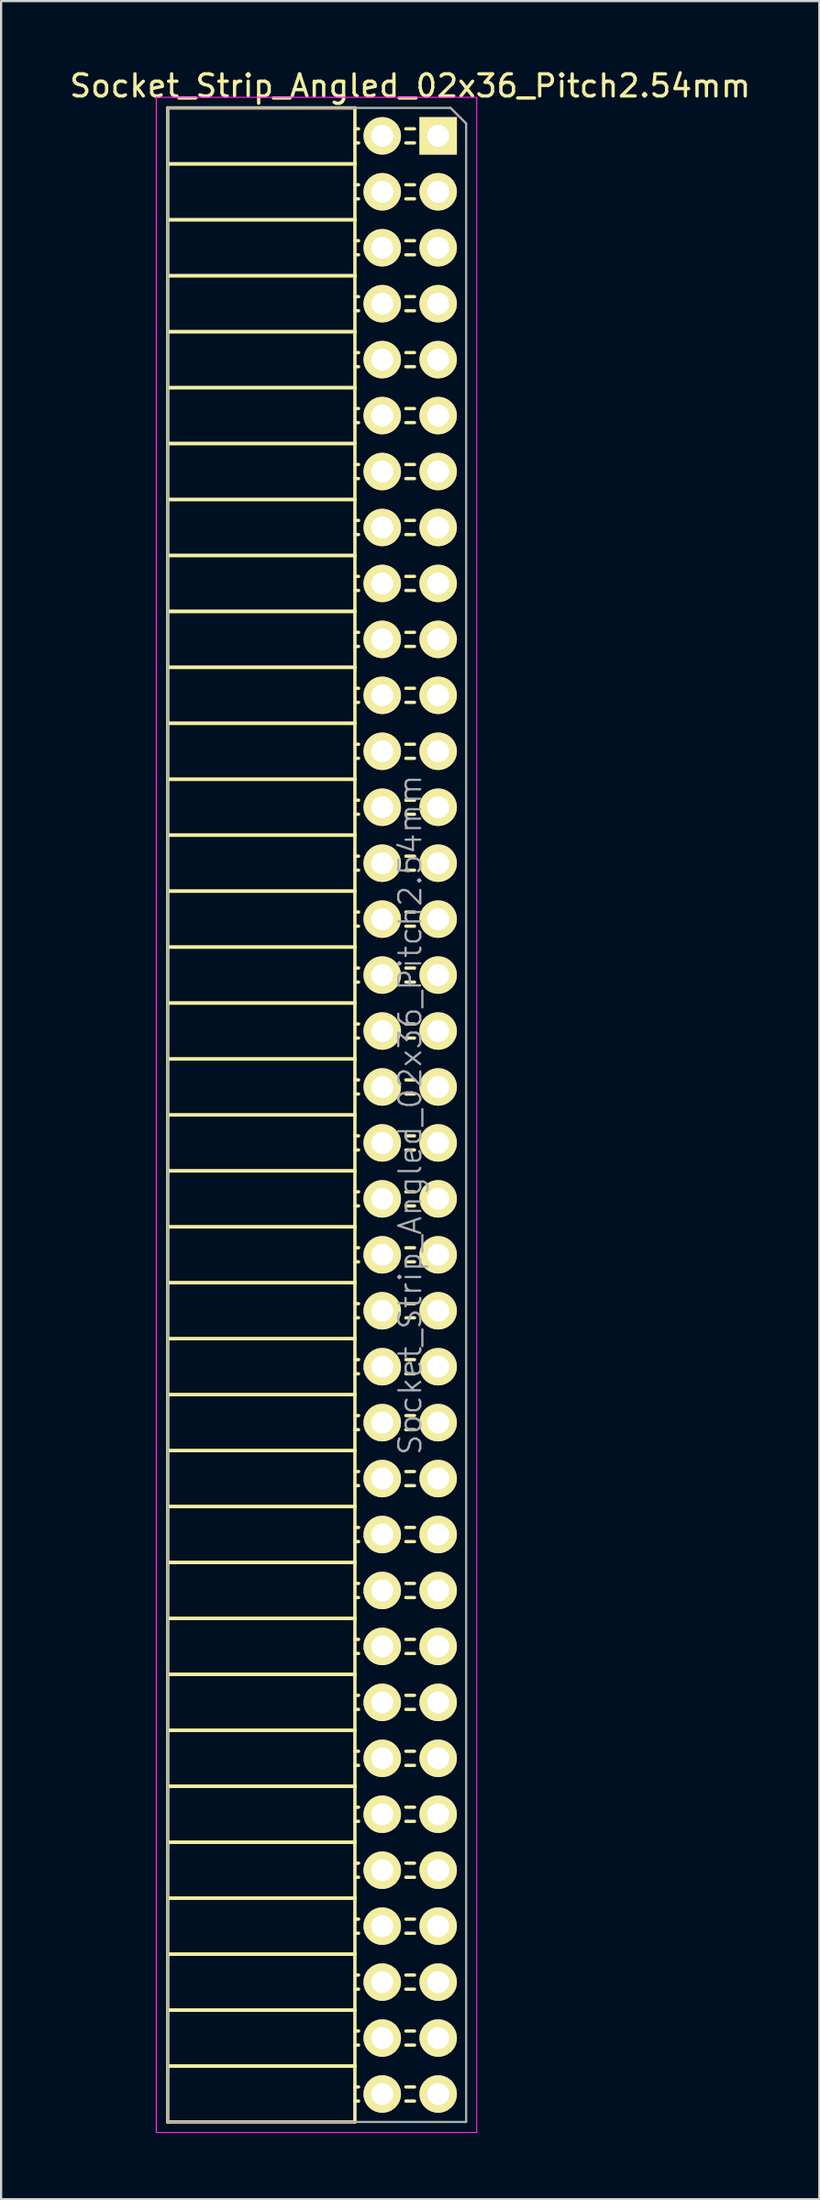
<source format=kicad_pcb>
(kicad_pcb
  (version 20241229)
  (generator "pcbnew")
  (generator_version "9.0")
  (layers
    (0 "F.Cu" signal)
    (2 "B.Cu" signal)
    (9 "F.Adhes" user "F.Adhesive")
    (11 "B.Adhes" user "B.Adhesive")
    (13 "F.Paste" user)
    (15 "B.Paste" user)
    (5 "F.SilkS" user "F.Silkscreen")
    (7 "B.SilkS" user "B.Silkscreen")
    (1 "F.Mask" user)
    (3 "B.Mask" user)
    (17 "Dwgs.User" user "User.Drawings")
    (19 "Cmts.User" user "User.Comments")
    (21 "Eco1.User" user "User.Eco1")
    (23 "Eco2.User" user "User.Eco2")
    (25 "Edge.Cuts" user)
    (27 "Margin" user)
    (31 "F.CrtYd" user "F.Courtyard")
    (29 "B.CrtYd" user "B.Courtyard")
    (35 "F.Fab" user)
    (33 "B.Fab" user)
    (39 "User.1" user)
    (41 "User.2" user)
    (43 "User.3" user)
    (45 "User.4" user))
  (footprint "Socket_Strip_Angled_02x36_Pitch2.54mm"
    (layer "F.Cu")
    (at 16.847 3.118)
    (property "Reference" "Socket_Strip_Angled_02x36_Pitch2.54mm" (at -1.27 -2.27 0) (layer "F.SilkS") (effects (font (size 1 1) (thickness 0.15))))
    (attr smd)
    (fp_line (start -12.28 -1.27) (end -12.28 1.27) (stroke (width 0.15) (type solid)) (layer "F.SilkS"))
    (fp_line (start -12.28 -1.27) (end -3.78 -1.27) (stroke (width 0.15) (type solid)) (layer "F.SilkS"))
    (fp_line (start -12.28 1.27) (end -12.28 3.81) (stroke (width 0.15) (type solid)) (layer "F.SilkS"))
    (fp_line (start -12.28 1.27) (end -3.78 1.27) (stroke (width 0.15) (type solid)) (layer "F.SilkS"))
    (fp_line (start -12.28 1.27) (end -3.78 1.27) (stroke (width 0.15) (type solid)) (layer "F.SilkS"))
    (fp_line (start -12.28 3.81) (end -12.28 6.35) (stroke (width 0.15) (type solid)) (layer "F.SilkS"))
    (fp_line (start -12.28 3.81) (end -3.78 3.81) (stroke (width 0.15) (type solid)) (layer "F.SilkS"))
    (fp_line (start -12.28 3.81) (end -3.78 3.81) (stroke (width 0.15) (type solid)) (layer "F.SilkS"))
    (fp_line (start -12.28 6.35) (end -12.28 8.89) (stroke (width 0.15) (type solid)) (layer "F.SilkS"))
    (fp_line (start -12.28 6.35) (end -3.78 6.35) (stroke (width 0.15) (type solid)) (layer "F.SilkS"))
    (fp_line (start -12.28 6.35) (end -3.78 6.35) (stroke (width 0.15) (type solid)) (layer "F.SilkS"))
    (fp_line (start -12.28 8.89) (end -12.28 11.43) (stroke (width 0.15) (type solid)) (layer "F.SilkS"))
    (fp_line (start -12.28 8.89) (end -3.78 8.89) (stroke (width 0.15) (type solid)) (layer "F.SilkS"))
    (fp_line (start -12.28 8.89) (end -3.78 8.89) (stroke (width 0.15) (type solid)) (layer "F.SilkS"))
    (fp_line (start -12.28 11.43) (end -12.28 13.97) (stroke (width 0.15) (type solid)) (layer "F.SilkS"))
    (fp_line (start -12.28 11.43) (end -3.78 11.43) (stroke (width 0.15) (type solid)) (layer "F.SilkS"))
    (fp_line (start -12.28 11.43) (end -3.78 11.43) (stroke (width 0.15) (type solid)) (layer "F.SilkS"))
    (fp_line (start -12.28 13.97) (end -12.28 16.51) (stroke (width 0.15) (type solid)) (layer "F.SilkS"))
    (fp_line (start -12.28 13.97) (end -3.78 13.97) (stroke (width 0.15) (type solid)) (layer "F.SilkS"))
    (fp_line (start -12.28 13.97) (end -3.78 13.97) (stroke (width 0.15) (type solid)) (layer "F.SilkS"))
    (fp_line (start -12.28 16.51) (end -12.28 19.05) (stroke (width 0.15) (type solid)) (layer "F.SilkS"))
    (fp_line (start -12.28 16.51) (end -3.78 16.51) (stroke (width 0.15) (type solid)) (layer "F.SilkS"))
    (fp_line (start -12.28 16.51) (end -3.78 16.51) (stroke (width 0.15) (type solid)) (layer "F.SilkS"))
    (fp_line (start -12.28 19.05) (end -12.28 21.59) (stroke (width 0.15) (type solid)) (layer "F.SilkS"))
    (fp_line (start -12.28 19.05) (end -3.78 19.05) (stroke (width 0.15) (type solid)) (layer "F.SilkS"))
    (fp_line (start -12.28 19.05) (end -3.78 19.05) (stroke (width 0.15) (type solid)) (layer "F.SilkS"))
    (fp_line (start -12.28 21.59) (end -12.28 24.13) (stroke (width 0.15) (type solid)) (layer "F.SilkS"))
    (fp_line (start -12.28 21.59) (end -3.78 21.59) (stroke (width 0.15) (type solid)) (layer "F.SilkS"))
    (fp_line (start -12.28 21.59) (end -3.78 21.59) (stroke (width 0.15) (type solid)) (layer "F.SilkS"))
    (fp_line (start -12.28 24.13) (end -12.28 26.67) (stroke (width 0.15) (type solid)) (layer "F.SilkS"))
    (fp_line (start -12.28 24.13) (end -3.78 24.13) (stroke (width 0.15) (type solid)) (layer "F.SilkS"))
    (fp_line (start -12.28 24.13) (end -3.78 24.13) (stroke (width 0.15) (type solid)) (layer "F.SilkS"))
    (fp_line (start -12.28 26.67) (end -12.28 29.21) (stroke (width 0.15) (type solid)) (layer "F.SilkS"))
    (fp_line (start -12.28 26.67) (end -3.78 26.67) (stroke (width 0.15) (type solid)) (layer "F.SilkS"))
    (fp_line (start -12.28 26.67) (end -3.78 26.67) (stroke (width 0.15) (type solid)) (layer "F.SilkS"))
    (fp_line (start -12.28 29.21) (end -12.28 31.75) (stroke (width 0.15) (type solid)) (layer "F.SilkS"))
    (fp_line (start -12.28 29.21) (end -3.78 29.21) (stroke (width 0.15) (type solid)) (layer "F.SilkS"))
    (fp_line (start -12.28 29.21) (end -3.78 29.21) (stroke (width 0.15) (type solid)) (layer "F.SilkS"))
    (fp_line (start -12.28 31.75) (end -12.28 34.29) (stroke (width 0.15) (type solid)) (layer "F.SilkS"))
    (fp_line (start -12.28 31.75) (end -3.78 31.75) (stroke (width 0.15) (type solid)) (layer "F.SilkS"))
    (fp_line (start -12.28 31.75) (end -3.78 31.75) (stroke (width 0.15) (type solid)) (layer "F.SilkS"))
    (fp_line (start -12.28 34.29) (end -12.28 36.83) (stroke (width 0.15) (type solid)) (layer "F.SilkS"))
    (fp_line (start -12.28 34.29) (end -3.78 34.29) (stroke (width 0.15) (type solid)) (layer "F.SilkS"))
    (fp_line (start -12.28 34.29) (end -3.78 34.29) (stroke (width 0.15) (type solid)) (layer "F.SilkS"))
    (fp_line (start -12.28 36.83) (end -12.28 39.37) (stroke (width 0.15) (type solid)) (layer "F.SilkS"))
    (fp_line (start -12.28 36.83) (end -3.78 36.83) (stroke (width 0.15) (type solid)) (layer "F.SilkS"))
    (fp_line (start -12.28 36.83) (end -3.78 36.83) (stroke (width 0.15) (type solid)) (layer "F.SilkS"))
    (fp_line (start -12.28 39.37) (end -12.28 41.91) (stroke (width 0.15) (type solid)) (layer "F.SilkS"))
    (fp_line (start -12.28 39.37) (end -3.78 39.37) (stroke (width 0.15) (type solid)) (layer "F.SilkS"))
    (fp_line (start -12.28 39.37) (end -3.78 39.37) (stroke (width 0.15) (type solid)) (layer "F.SilkS"))
    (fp_line (start -12.28 41.91) (end -12.28 44.45) (stroke (width 0.15) (type solid)) (layer "F.SilkS"))
    (fp_line (start -12.28 41.91) (end -3.78 41.91) (stroke (width 0.15) (type solid)) (layer "F.SilkS"))
    (fp_line (start -12.28 41.91) (end -3.78 41.91) (stroke (width 0.15) (type solid)) (layer "F.SilkS"))
    (fp_line (start -12.28 44.45) (end -12.28 46.99) (stroke (width 0.15) (type solid)) (layer "F.SilkS"))
    (fp_line (start -12.28 44.45) (end -3.78 44.45) (stroke (width 0.15) (type solid)) (layer "F.SilkS"))
    (fp_line (start -12.28 44.45) (end -3.78 44.45) (stroke (width 0.15) (type solid)) (layer "F.SilkS"))
    (fp_line (start -12.28 46.99) (end -12.28 49.53) (stroke (width 0.15) (type solid)) (layer "F.SilkS"))
    (fp_line (start -12.28 46.99) (end -3.78 46.99) (stroke (width 0.15) (type solid)) (layer "F.SilkS"))
    (fp_line (start -12.28 46.99) (end -3.78 46.99) (stroke (width 0.15) (type solid)) (layer "F.SilkS"))
    (fp_line (start -12.28 49.53) (end -12.28 52.07) (stroke (width 0.15) (type solid)) (layer "F.SilkS"))
    (fp_line (start -12.28 49.53) (end -3.78 49.53) (stroke (width 0.15) (type solid)) (layer "F.SilkS"))
    (fp_line (start -12.28 49.53) (end -3.78 49.53) (stroke (width 0.15) (type solid)) (layer "F.SilkS"))
    (fp_line (start -12.28 52.07) (end -12.28 54.61) (stroke (width 0.15) (type solid)) (layer "F.SilkS"))
    (fp_line (start -12.28 52.07) (end -3.78 52.07) (stroke (width 0.15) (type solid)) (layer "F.SilkS"))
    (fp_line (start -12.28 52.07) (end -3.78 52.07) (stroke (width 0.15) (type solid)) (layer "F.SilkS"))
    (fp_line (start -12.28 54.61) (end -12.28 57.15) (stroke (width 0.15) (type solid)) (layer "F.SilkS"))
    (fp_line (start -12.28 54.61) (end -3.78 54.61) (stroke (width 0.15) (type solid)) (layer "F.SilkS"))
    (fp_line (start -12.28 54.61) (end -3.78 54.61) (stroke (width 0.15) (type solid)) (layer "F.SilkS"))
    (fp_line (start -12.28 57.15) (end -12.28 59.69) (stroke (width 0.15) (type solid)) (layer "F.SilkS"))
    (fp_line (start -12.28 57.15) (end -3.78 57.15) (stroke (width 0.15) (type solid)) (layer "F.SilkS"))
    (fp_line (start -12.28 57.15) (end -3.78 57.15) (stroke (width 0.15) (type solid)) (layer "F.SilkS"))
    (fp_line (start -12.28 59.69) (end -12.28 62.23) (stroke (width 0.15) (type solid)) (layer "F.SilkS"))
    (fp_line (start -12.28 59.69) (end -3.78 59.69) (stroke (width 0.15) (type solid)) (layer "F.SilkS"))
    (fp_line (start -12.28 59.69) (end -3.78 59.69) (stroke (width 0.15) (type solid)) (layer "F.SilkS"))
    (fp_line (start -12.28 62.23) (end -12.28 64.77) (stroke (width 0.15) (type solid)) (layer "F.SilkS"))
    (fp_line (start -12.28 62.23) (end -3.78 62.23) (stroke (width 0.15) (type solid)) (layer "F.SilkS"))
    (fp_line (start -12.28 62.23) (end -3.78 62.23) (stroke (width 0.15) (type solid)) (layer "F.SilkS"))
    (fp_line (start -12.28 64.77) (end -12.28 67.31) (stroke (width 0.15) (type solid)) (layer "F.SilkS"))
    (fp_line (start -12.28 64.77) (end -3.78 64.77) (stroke (width 0.15) (type solid)) (layer "F.SilkS"))
    (fp_line (start -12.28 64.77) (end -3.78 64.77) (stroke (width 0.15) (type solid)) (layer "F.SilkS"))
    (fp_line (start -12.28 67.31) (end -12.28 69.85) (stroke (width 0.15) (type solid)) (layer "F.SilkS"))
    (fp_line (start -12.28 67.31) (end -3.78 67.31) (stroke (width 0.15) (type solid)) (layer "F.SilkS"))
    (fp_line (start -12.28 67.31) (end -3.78 67.31) (stroke (width 0.15) (type solid)) (layer "F.SilkS"))
    (fp_line (start -12.28 69.85) (end -12.28 72.39) (stroke (width 0.15) (type solid)) (layer "F.SilkS"))
    (fp_line (start -12.28 69.85) (end -3.78 69.85) (stroke (width 0.15) (type solid)) (layer "F.SilkS"))
    (fp_line (start -12.28 69.85) (end -3.78 69.85) (stroke (width 0.15) (type solid)) (layer "F.SilkS"))
    (fp_line (start -12.28 72.39) (end -12.28 74.93) (stroke (width 0.15) (type solid)) (layer "F.SilkS"))
    (fp_line (start -12.28 72.39) (end -3.78 72.39) (stroke (width 0.15) (type solid)) (layer "F.SilkS"))
    (fp_line (start -12.28 72.39) (end -3.78 72.39) (stroke (width 0.15) (type solid)) (layer "F.SilkS"))
    (fp_line (start -12.28 74.93) (end -12.28 77.47) (stroke (width 0.15) (type solid)) (layer "F.SilkS"))
    (fp_line (start -12.28 74.93) (end -3.78 74.93) (stroke (width 0.15) (type solid)) (layer "F.SilkS"))
    (fp_line (start -12.28 74.93) (end -3.78 74.93) (stroke (width 0.15) (type solid)) (layer "F.SilkS"))
    (fp_line (start -12.28 77.47) (end -12.28 80.01) (stroke (width 0.15) (type solid)) (layer "F.SilkS"))
    (fp_line (start -12.28 77.47) (end -3.78 77.47) (stroke (width 0.15) (type solid)) (layer "F.SilkS"))
    (fp_line (start -12.28 77.47) (end -3.78 77.47) (stroke (width 0.15) (type solid)) (layer "F.SilkS"))
    (fp_line (start -12.28 80.01) (end -12.28 82.55) (stroke (width 0.15) (type solid)) (layer "F.SilkS"))
    (fp_line (start -12.28 80.01) (end -3.78 80.01) (stroke (width 0.15) (type solid)) (layer "F.SilkS"))
    (fp_line (start -12.28 80.01) (end -3.78 80.01) (stroke (width 0.15) (type solid)) (layer "F.SilkS"))
    (fp_line (start -12.28 82.55) (end -12.28 85.09) (stroke (width 0.15) (type solid)) (layer "F.SilkS"))
    (fp_line (start -12.28 82.55) (end -3.78 82.55) (stroke (width 0.15) (type solid)) (layer "F.SilkS"))
    (fp_line (start -12.28 82.55) (end -3.78 82.55) (stroke (width 0.15) (type solid)) (layer "F.SilkS"))
    (fp_line (start -12.28 85.09) (end -12.28 87.63) (stroke (width 0.15) (type solid)) (layer "F.SilkS"))
    (fp_line (start -12.28 85.09) (end -3.78 85.09) (stroke (width 0.15) (type solid)) (layer "F.SilkS"))
    (fp_line (start -12.28 85.09) (end -3.78 85.09) (stroke (width 0.15) (type solid)) (layer "F.SilkS"))
    (fp_line (start -12.28 87.63) (end -12.28 90.17) (stroke (width 0.15) (type solid)) (layer "F.SilkS"))
    (fp_line (start -12.28 87.63) (end -3.78 87.63) (stroke (width 0.15) (type solid)) (layer "F.SilkS"))
    (fp_line (start -12.28 87.63) (end -3.78 87.63) (stroke (width 0.15) (type solid)) (layer "F.SilkS"))
    (fp_line (start -12.28 90.17) (end -3.78 90.17) (stroke (width 0.15) (type solid)) (layer "F.SilkS"))
    (fp_line (start -3.78 -1.27) (end -3.78 1.27) (stroke (width 0.15) (type solid)) (layer "F.SilkS"))
    (fp_line (start -3.78 -0.32) (end -3.615 -0.32) (stroke (width 0.15) (type solid)) (layer "F.SilkS"))
    (fp_line (start -3.78 0.32) (end -3.615 0.32) (stroke (width 0.15) (type solid)) (layer "F.SilkS"))
    (fp_line (start -3.78 1.27) (end -3.78 3.81) (stroke (width 0.15) (type solid)) (layer "F.SilkS"))
    (fp_line (start -3.78 2.22) (end -3.615 2.22) (stroke (width 0.15) (type solid)) (layer "F.SilkS"))
    (fp_line (start -3.78 2.86) (end -3.615 2.86) (stroke (width 0.15) (type solid)) (layer "F.SilkS"))
    (fp_line (start -3.78 3.81) (end -3.78 6.35) (stroke (width 0.15) (type solid)) (layer "F.SilkS"))
    (fp_line (start -3.78 4.76) (end -3.615 4.76) (stroke (width 0.15) (type solid)) (layer "F.SilkS"))
    (fp_line (start -3.78 5.4) (end -3.615 5.4) (stroke (width 0.15) (type solid)) (layer "F.SilkS"))
    (fp_line (start -3.78 6.35) (end -3.78 8.89) (stroke (width 0.15) (type solid)) (layer "F.SilkS"))
    (fp_line (start -3.78 7.3) (end -3.615 7.3) (stroke (width 0.15) (type solid)) (layer "F.SilkS"))
    (fp_line (start -3.78 7.94) (end -3.615 7.94) (stroke (width 0.15) (type solid)) (layer "F.SilkS"))
    (fp_line (start -3.78 8.89) (end -3.78 11.43) (stroke (width 0.15) (type solid)) (layer "F.SilkS"))
    (fp_line (start -3.78 9.84) (end -3.615 9.84) (stroke (width 0.15) (type solid)) (layer "F.SilkS"))
    (fp_line (start -3.78 10.48) (end -3.615 10.48) (stroke (width 0.15) (type solid)) (layer "F.SilkS"))
    (fp_line (start -3.78 11.43) (end -3.78 13.97) (stroke (width 0.15) (type solid)) (layer "F.SilkS"))
    (fp_line (start -3.78 12.38) (end -3.615 12.38) (stroke (width 0.15) (type solid)) (layer "F.SilkS"))
    (fp_line (start -3.78 13.02) (end -3.615 13.02) (stroke (width 0.15) (type solid)) (layer "F.SilkS"))
    (fp_line (start -3.78 13.97) (end -3.78 16.51) (stroke (width 0.15) (type solid)) (layer "F.SilkS"))
    (fp_line (start -3.78 14.92) (end -3.615 14.92) (stroke (width 0.15) (type solid)) (layer "F.SilkS"))
    (fp_line (start -3.78 15.56) (end -3.615 15.56) (stroke (width 0.15) (type solid)) (layer "F.SilkS"))
    (fp_line (start -3.78 16.51) (end -3.78 19.05) (stroke (width 0.15) (type solid)) (layer "F.SilkS"))
    (fp_line (start -3.78 17.46) (end -3.615 17.46) (stroke (width 0.15) (type solid)) (layer "F.SilkS"))
    (fp_line (start -3.78 18.1) (end -3.615 18.1) (stroke (width 0.15) (type solid)) (layer "F.SilkS"))
    (fp_line (start -3.78 19.05) (end -3.78 21.59) (stroke (width 0.15) (type solid)) (layer "F.SilkS"))
    (fp_line (start -3.78 20) (end -3.615 20) (stroke (width 0.15) (type solid)) (layer "F.SilkS"))
    (fp_line (start -3.78 20.64) (end -3.615 20.64) (stroke (width 0.15) (type solid)) (layer "F.SilkS"))
    (fp_line (start -3.78 21.59) (end -3.78 24.13) (stroke (width 0.15) (type solid)) (layer "F.SilkS"))
    (fp_line (start -3.78 22.54) (end -3.615 22.54) (stroke (width 0.15) (type solid)) (layer "F.SilkS"))
    (fp_line (start -3.78 23.18) (end -3.615 23.18) (stroke (width 0.15) (type solid)) (layer "F.SilkS"))
    (fp_line (start -3.78 24.13) (end -3.78 26.67) (stroke (width 0.15) (type solid)) (layer "F.SilkS"))
    (fp_line (start -3.78 25.08) (end -3.615 25.08) (stroke (width 0.15) (type solid)) (layer "F.SilkS"))
    (fp_line (start -3.78 25.72) (end -3.615 25.72) (stroke (width 0.15) (type solid)) (layer "F.SilkS"))
    (fp_line (start -3.78 26.67) (end -3.78 29.21) (stroke (width 0.15) (type solid)) (layer "F.SilkS"))
    (fp_line (start -3.78 27.62) (end -3.615 27.62) (stroke (width 0.15) (type solid)) (layer "F.SilkS"))
    (fp_line (start -3.78 28.26) (end -3.615 28.26) (stroke (width 0.15) (type solid)) (layer "F.SilkS"))
    (fp_line (start -3.78 29.21) (end -3.78 31.75) (stroke (width 0.15) (type solid)) (layer "F.SilkS"))
    (fp_line (start -3.78 30.16) (end -3.615 30.16) (stroke (width 0.15) (type solid)) (layer "F.SilkS"))
    (fp_line (start -3.78 30.8) (end -3.615 30.8) (stroke (width 0.15) (type solid)) (layer "F.SilkS"))
    (fp_line (start -3.78 31.75) (end -3.78 34.29) (stroke (width 0.15) (type solid)) (layer "F.SilkS"))
    (fp_line (start -3.78 32.7) (end -3.615 32.7) (stroke (width 0.15) (type solid)) (layer "F.SilkS"))
    (fp_line (start -3.78 33.34) (end -3.615 33.34) (stroke (width 0.15) (type solid)) (layer "F.SilkS"))
    (fp_line (start -3.78 34.29) (end -3.78 36.83) (stroke (width 0.15) (type solid)) (layer "F.SilkS"))
    (fp_line (start -3.78 35.24) (end -3.615 35.24) (stroke (width 0.15) (type solid)) (layer "F.SilkS"))
    (fp_line (start -3.78 35.88) (end -3.615 35.88) (stroke (width 0.15) (type solid)) (layer "F.SilkS"))
    (fp_line (start -3.78 36.83) (end -3.78 39.37) (stroke (width 0.15) (type solid)) (layer "F.SilkS"))
    (fp_line (start -3.78 37.78) (end -3.615 37.78) (stroke (width 0.15) (type solid)) (layer "F.SilkS"))
    (fp_line (start -3.78 38.42) (end -3.615 38.42) (stroke (width 0.15) (type solid)) (layer "F.SilkS"))
    (fp_line (start -3.78 39.37) (end -3.78 41.91) (stroke (width 0.15) (type solid)) (layer "F.SilkS"))
    (fp_line (start -3.78 40.32) (end -3.615 40.32) (stroke (width 0.15) (type solid)) (layer "F.SilkS"))
    (fp_line (start -3.78 40.96) (end -3.615 40.96) (stroke (width 0.15) (type solid)) (layer "F.SilkS"))
    (fp_line (start -3.78 41.91) (end -3.78 44.45) (stroke (width 0.15) (type solid)) (layer "F.SilkS"))
    (fp_line (start -3.78 42.86) (end -3.615 42.86) (stroke (width 0.15) (type solid)) (layer "F.SilkS"))
    (fp_line (start -3.78 43.5) (end -3.615 43.5) (stroke (width 0.15) (type solid)) (layer "F.SilkS"))
    (fp_line (start -3.78 44.45) (end -3.78 46.99) (stroke (width 0.15) (type solid)) (layer "F.SilkS"))
    (fp_line (start -3.78 45.4) (end -3.615 45.4) (stroke (width 0.15) (type solid)) (layer "F.SilkS"))
    (fp_line (start -3.78 46.04) (end -3.615 46.04) (stroke (width 0.15) (type solid)) (layer "F.SilkS"))
    (fp_line (start -3.78 46.99) (end -3.78 49.53) (stroke (width 0.15) (type solid)) (layer "F.SilkS"))
    (fp_line (start -3.78 47.94) (end -3.615 47.94) (stroke (width 0.15) (type solid)) (layer "F.SilkS"))
    (fp_line (start -3.78 48.58) (end -3.615 48.58) (stroke (width 0.15) (type solid)) (layer "F.SilkS"))
    (fp_line (start -3.78 49.53) (end -3.78 52.07) (stroke (width 0.15) (type solid)) (layer "F.SilkS"))
    (fp_line (start -3.78 50.48) (end -3.615 50.48) (stroke (width 0.15) (type solid)) (layer "F.SilkS"))
    (fp_line (start -3.78 51.12) (end -3.615 51.12) (stroke (width 0.15) (type solid)) (layer "F.SilkS"))
    (fp_line (start -3.78 52.07) (end -3.78 54.61) (stroke (width 0.15) (type solid)) (layer "F.SilkS"))
    (fp_line (start -3.78 53.02) (end -3.615 53.02) (stroke (width 0.15) (type solid)) (layer "F.SilkS"))
    (fp_line (start -3.78 53.66) (end -3.615 53.66) (stroke (width 0.15) (type solid)) (layer "F.SilkS"))
    (fp_line (start -3.78 54.61) (end -3.78 57.15) (stroke (width 0.15) (type solid)) (layer "F.SilkS"))
    (fp_line (start -3.78 55.56) (end -3.615 55.56) (stroke (width 0.15) (type solid)) (layer "F.SilkS"))
    (fp_line (start -3.78 56.2) (end -3.615 56.2) (stroke (width 0.15) (type solid)) (layer "F.SilkS"))
    (fp_line (start -3.78 57.15) (end -3.78 59.69) (stroke (width 0.15) (type solid)) (layer "F.SilkS"))
    (fp_line (start -3.78 58.1) (end -3.615 58.1) (stroke (width 0.15) (type solid)) (layer "F.SilkS"))
    (fp_line (start -3.78 58.74) (end -3.615 58.74) (stroke (width 0.15) (type solid)) (layer "F.SilkS"))
    (fp_line (start -3.78 59.69) (end -3.78 62.23) (stroke (width 0.15) (type solid)) (layer "F.SilkS"))
    (fp_line (start -3.78 60.64) (end -3.615 60.64) (stroke (width 0.15) (type solid)) (layer "F.SilkS"))
    (fp_line (start -3.78 61.28) (end -3.615 61.28) (stroke (width 0.15) (type solid)) (layer "F.SilkS"))
    (fp_line (start -3.78 62.23) (end -3.78 64.77) (stroke (width 0.15) (type solid)) (layer "F.SilkS"))
    (fp_line (start -3.78 63.18) (end -3.615 63.18) (stroke (width 0.15) (type solid)) (layer "F.SilkS"))
    (fp_line (start -3.78 63.82) (end -3.615 63.82) (stroke (width 0.15) (type solid)) (layer "F.SilkS"))
    (fp_line (start -3.78 64.77) (end -3.78 67.31) (stroke (width 0.15) (type solid)) (layer "F.SilkS"))
    (fp_line (start -3.78 65.72) (end -3.615 65.72) (stroke (width 0.15) (type solid)) (layer "F.SilkS"))
    (fp_line (start -3.78 66.36) (end -3.615 66.36) (stroke (width 0.15) (type solid)) (layer "F.SilkS"))
    (fp_line (start -3.78 67.31) (end -3.78 69.85) (stroke (width 0.15) (type solid)) (layer "F.SilkS"))
    (fp_line (start -3.78 68.26) (end -3.615 68.26) (stroke (width 0.15) (type solid)) (layer "F.SilkS"))
    (fp_line (start -3.78 68.9) (end -3.615 68.9) (stroke (width 0.15) (type solid)) (layer "F.SilkS"))
    (fp_line (start -3.78 69.85) (end -3.78 72.39) (stroke (width 0.15) (type solid)) (layer "F.SilkS"))
    (fp_line (start -3.78 70.8) (end -3.615 70.8) (stroke (width 0.15) (type solid)) (layer "F.SilkS"))
    (fp_line (start -3.78 71.44) (end -3.615 71.44) (stroke (width 0.15) (type solid)) (layer "F.SilkS"))
    (fp_line (start -3.78 72.39) (end -3.78 74.93) (stroke (width 0.15) (type solid)) (layer "F.SilkS"))
    (fp_line (start -3.78 73.34) (end -3.615 73.34) (stroke (width 0.15) (type solid)) (layer "F.SilkS"))
    (fp_line (start -3.78 73.98) (end -3.615 73.98) (stroke (width 0.15) (type solid)) (layer "F.SilkS"))
    (fp_line (start -3.78 74.93) (end -3.78 77.47) (stroke (width 0.15) (type solid)) (layer "F.SilkS"))
    (fp_line (start -3.78 75.88) (end -3.615 75.88) (stroke (width 0.15) (type solid)) (layer "F.SilkS"))
    (fp_line (start -3.78 76.52) (end -3.615 76.52) (stroke (width 0.15) (type solid)) (layer "F.SilkS"))
    (fp_line (start -3.78 77.47) (end -3.78 80.01) (stroke (width 0.15) (type solid)) (layer "F.SilkS"))
    (fp_line (start -3.78 78.42) (end -3.615 78.42) (stroke (width 0.15) (type solid)) (layer "F.SilkS"))
    (fp_line (start -3.78 79.06) (end -3.615 79.06) (stroke (width 0.15) (type solid)) (layer "F.SilkS"))
    (fp_line (start -3.78 80.01) (end -3.78 82.55) (stroke (width 0.15) (type solid)) (layer "F.SilkS"))
    (fp_line (start -3.78 80.96) (end -3.615 80.96) (stroke (width 0.15) (type solid)) (layer "F.SilkS"))
    (fp_line (start -3.78 81.6) (end -3.615 81.6) (stroke (width 0.15) (type solid)) (layer "F.SilkS"))
    (fp_line (start -3.78 82.55) (end -3.78 85.09) (stroke (width 0.15) (type solid)) (layer "F.SilkS"))
    (fp_line (start -3.78 83.5) (end -3.615 83.5) (stroke (width 0.15) (type solid)) (layer "F.SilkS"))
    (fp_line (start -3.78 84.14) (end -3.615 84.14) (stroke (width 0.15) (type solid)) (layer "F.SilkS"))
    (fp_line (start -3.78 85.09) (end -3.78 87.63) (stroke (width 0.15) (type solid)) (layer "F.SilkS"))
    (fp_line (start -3.78 86.04) (end -3.615 86.04) (stroke (width 0.15) (type solid)) (layer "F.SilkS"))
    (fp_line (start -3.78 86.68) (end -3.615 86.68) (stroke (width 0.15) (type solid)) (layer "F.SilkS"))
    (fp_line (start -3.78 87.63) (end -3.78 90.17) (stroke (width 0.15) (type solid)) (layer "F.SilkS"))
    (fp_line (start -3.78 88.58) (end -3.615 88.58) (stroke (width 0.15) (type solid)) (layer "F.SilkS"))
    (fp_line (start -3.78 89.22) (end -3.615 89.22) (stroke (width 0.15) (type solid)) (layer "F.SilkS"))
    (fp_line (start -1.075 -0.32) (end -1.465 -0.32) (stroke (width 0.15) (type solid)) (layer "F.SilkS"))
    (fp_line (start -1.075 0.32) (end -1.465 0.32) (stroke (width 0.15) (type solid)) (layer "F.SilkS"))
    (fp_line (start -1.075 2.22) (end -1.465 2.22) (stroke (width 0.15) (type solid)) (layer "F.SilkS"))
    (fp_line (start -1.075 2.86) (end -1.465 2.86) (stroke (width 0.15) (type solid)) (layer "F.SilkS"))
    (fp_line (start -1.075 4.76) (end -1.465 4.76) (stroke (width 0.15) (type solid)) (layer "F.SilkS"))
    (fp_line (start -1.075 5.4) (end -1.465 5.4) (stroke (width 0.15) (type solid)) (layer "F.SilkS"))
    (fp_line (start -1.075 7.3) (end -1.465 7.3) (stroke (width 0.15) (type solid)) (layer "F.SilkS"))
    (fp_line (start -1.075 7.94) (end -1.465 7.94) (stroke (width 0.15) (type solid)) (layer "F.SilkS"))
    (fp_line (start -1.075 9.84) (end -1.465 9.84) (stroke (width 0.15) (type solid)) (layer "F.SilkS"))
    (fp_line (start -1.075 10.48) (end -1.465 10.48) (stroke (width 0.15) (type solid)) (layer "F.SilkS"))
    (fp_line (start -1.075 12.38) (end -1.465 12.38) (stroke (width 0.15) (type solid)) (layer "F.SilkS"))
    (fp_line (start -1.075 13.02) (end -1.465 13.02) (stroke (width 0.15) (type solid)) (layer "F.SilkS"))
    (fp_line (start -1.075 14.92) (end -1.465 14.92) (stroke (width 0.15) (type solid)) (layer "F.SilkS"))
    (fp_line (start -1.075 15.56) (end -1.465 15.56) (stroke (width 0.15) (type solid)) (layer "F.SilkS"))
    (fp_line (start -1.075 17.46) (end -1.465 17.46) (stroke (width 0.15) (type solid)) (layer "F.SilkS"))
    (fp_line (start -1.075 18.1) (end -1.465 18.1) (stroke (width 0.15) (type solid)) (layer "F.SilkS"))
    (fp_line (start -1.075 20) (end -1.465 20) (stroke (width 0.15) (type solid)) (layer "F.SilkS"))
    (fp_line (start -1.075 20.64) (end -1.465 20.64) (stroke (width 0.15) (type solid)) (layer "F.SilkS"))
    (fp_line (start -1.075 22.54) (end -1.465 22.54) (stroke (width 0.15) (type solid)) (layer "F.SilkS"))
    (fp_line (start -1.075 23.18) (end -1.465 23.18) (stroke (width 0.15) (type solid)) (layer "F.SilkS"))
    (fp_line (start -1.075 25.08) (end -1.465 25.08) (stroke (width 0.15) (type solid)) (layer "F.SilkS"))
    (fp_line (start -1.075 25.72) (end -1.465 25.72) (stroke (width 0.15) (type solid)) (layer "F.SilkS"))
    (fp_line (start -1.075 27.62) (end -1.465 27.62) (stroke (width 0.15) (type solid)) (layer "F.SilkS"))
    (fp_line (start -1.075 28.26) (end -1.465 28.26) (stroke (width 0.15) (type solid)) (layer "F.SilkS"))
    (fp_line (start -1.075 30.16) (end -1.465 30.16) (stroke (width 0.15) (type solid)) (layer "F.SilkS"))
    (fp_line (start -1.075 30.8) (end -1.465 30.8) (stroke (width 0.15) (type solid)) (layer "F.SilkS"))
    (fp_line (start -1.075 32.7) (end -1.465 32.7) (stroke (width 0.15) (type solid)) (layer "F.SilkS"))
    (fp_line (start -1.075 33.34) (end -1.465 33.34) (stroke (width 0.15) (type solid)) (layer "F.SilkS"))
    (fp_line (start -1.075 35.24) (end -1.465 35.24) (stroke (width 0.15) (type solid)) (layer "F.SilkS"))
    (fp_line (start -1.075 35.88) (end -1.465 35.88) (stroke (width 0.15) (type solid)) (layer "F.SilkS"))
    (fp_line (start -1.075 37.78) (end -1.465 37.78) (stroke (width 0.15) (type solid)) (layer "F.SilkS"))
    (fp_line (start -1.075 38.42) (end -1.465 38.42) (stroke (width 0.15) (type solid)) (layer "F.SilkS"))
    (fp_line (start -1.075 40.32) (end -1.465 40.32) (stroke (width 0.15) (type solid)) (layer "F.SilkS"))
    (fp_line (start -1.075 40.96) (end -1.465 40.96) (stroke (width 0.15) (type solid)) (layer "F.SilkS"))
    (fp_line (start -1.075 42.86) (end -1.465 42.86) (stroke (width 0.15) (type solid)) (layer "F.SilkS"))
    (fp_line (start -1.075 43.5) (end -1.465 43.5) (stroke (width 0.15) (type solid)) (layer "F.SilkS"))
    (fp_line (start -1.075 45.4) (end -1.465 45.4) (stroke (width 0.15) (type solid)) (layer "F.SilkS"))
    (fp_line (start -1.075 46.04) (end -1.465 46.04) (stroke (width 0.15) (type solid)) (layer "F.SilkS"))
    (fp_line (start -1.075 47.94) (end -1.465 47.94) (stroke (width 0.15) (type solid)) (layer "F.SilkS"))
    (fp_line (start -1.075 48.58) (end -1.465 48.58) (stroke (width 0.15) (type solid)) (layer "F.SilkS"))
    (fp_line (start -1.075 50.48) (end -1.465 50.48) (stroke (width 0.15) (type solid)) (layer "F.SilkS"))
    (fp_line (start -1.075 51.12) (end -1.465 51.12) (stroke (width 0.15) (type solid)) (layer "F.SilkS"))
    (fp_line (start -1.075 53.02) (end -1.465 53.02) (stroke (width 0.15) (type solid)) (layer "F.SilkS"))
    (fp_line (start -1.075 53.66) (end -1.465 53.66) (stroke (width 0.15) (type solid)) (layer "F.SilkS"))
    (fp_line (start -1.075 55.56) (end -1.465 55.56) (stroke (width 0.15) (type solid)) (layer "F.SilkS"))
    (fp_line (start -1.075 56.2) (end -1.465 56.2) (stroke (width 0.15) (type solid)) (layer "F.SilkS"))
    (fp_line (start -1.075 58.1) (end -1.465 58.1) (stroke (width 0.15) (type solid)) (layer "F.SilkS"))
    (fp_line (start -1.075 58.74) (end -1.465 58.74) (stroke (width 0.15) (type solid)) (layer "F.SilkS"))
    (fp_line (start -1.075 60.64) (end -1.465 60.64) (stroke (width 0.15) (type solid)) (layer "F.SilkS"))
    (fp_line (start -1.075 61.28) (end -1.465 61.28) (stroke (width 0.15) (type solid)) (layer "F.SilkS"))
    (fp_line (start -1.075 63.18) (end -1.465 63.18) (stroke (width 0.15) (type solid)) (layer "F.SilkS"))
    (fp_line (start -1.075 63.82) (end -1.465 63.82) (stroke (width 0.15) (type solid)) (layer "F.SilkS"))
    (fp_line (start -1.075 65.72) (end -1.465 65.72) (stroke (width 0.15) (type solid)) (layer "F.SilkS"))
    (fp_line (start -1.075 66.36) (end -1.465 66.36) (stroke (width 0.15) (type solid)) (layer "F.SilkS"))
    (fp_line (start -1.075 68.26) (end -1.465 68.26) (stroke (width 0.15) (type solid)) (layer "F.SilkS"))
    (fp_line (start -1.075 68.9) (end -1.465 68.9) (stroke (width 0.15) (type solid)) (layer "F.SilkS"))
    (fp_line (start -1.075 70.8) (end -1.465 70.8) (stroke (width 0.15) (type solid)) (layer "F.SilkS"))
    (fp_line (start -1.075 71.44) (end -1.465 71.44) (stroke (width 0.15) (type solid)) (layer "F.SilkS"))
    (fp_line (start -1.075 73.34) (end -1.465 73.34) (stroke (width 0.15) (type solid)) (layer "F.SilkS"))
    (fp_line (start -1.075 73.98) (end -1.465 73.98) (stroke (width 0.15) (type solid)) (layer "F.SilkS"))
    (fp_line (start -1.075 75.88) (end -1.465 75.88) (stroke (width 0.15) (type solid)) (layer "F.SilkS"))
    (fp_line (start -1.075 76.52) (end -1.465 76.52) (stroke (width 0.15) (type solid)) (layer "F.SilkS"))
    (fp_line (start -1.075 78.42) (end -1.465 78.42) (stroke (width 0.15) (type solid)) (layer "F.SilkS"))
    (fp_line (start -1.075 79.06) (end -1.465 79.06) (stroke (width 0.15) (type solid)) (layer "F.SilkS"))
    (fp_line (start -1.075 80.96) (end -1.465 80.96) (stroke (width 0.15) (type solid)) (layer "F.SilkS"))
    (fp_line (start -1.075 81.6) (end -1.465 81.6) (stroke (width 0.15) (type solid)) (layer "F.SilkS"))
    (fp_line (start -1.075 83.5) (end -1.465 83.5) (stroke (width 0.15) (type solid)) (layer "F.SilkS"))
    (fp_line (start -1.075 84.14) (end -1.465 84.14) (stroke (width 0.15) (type solid)) (layer "F.SilkS"))
    (fp_line (start -1.075 86.04) (end -1.465 86.04) (stroke (width 0.15) (type solid)) (layer "F.SilkS"))
    (fp_line (start -1.075 86.68) (end -1.465 86.68) (stroke (width 0.15) (type solid)) (layer "F.SilkS"))
    (fp_line (start -1.075 88.58) (end -1.465 88.58) (stroke (width 0.15) (type solid)) (layer "F.SilkS"))
    (fp_line (start -1.075 89.22) (end -1.465 89.22) (stroke (width 0.15) (type solid)) (layer "F.SilkS"))
    (fp_line (start -12.8 -1.75) (end 1.75 -1.75) (stroke (width 0.05) (type solid)) (layer "F.CrtYd"))
    (fp_line (start -12.8 90.65) (end -12.8 -1.75) (stroke (width 0.05) (type solid)) (layer "F.CrtYd"))
    (fp_line (start -12.8 90.65) (end 1.75 90.65) (stroke (width 0.05) (type solid)) (layer "F.CrtYd"))
    (fp_line (start 1.75 90.65) (end 1.75 -1.75) (stroke (width 0.05) (type solid)) (layer "F.CrtYd"))
    (fp_line (start -12.28 -1.27) (end 0.563 -1.27) (stroke (width 0.1) (type solid)) (layer "F.Fab"))
    (fp_line (start -12.28 90.17) (end -12.28 -1.27) (stroke (width 0.1) (type solid)) (layer "F.Fab"))
    (fp_line (start -12.28 90.17) (end 1.27 90.17) (stroke (width 0.1) (type solid)) (layer "F.Fab"))
    (fp_line (start 1.27 -0.563) (end 0.563 -1.27) (stroke (width 0.1) (type solid)) (layer "F.Fab"))
    (fp_line (start 1.27 90.17) (end 1.27 -0.563) (stroke (width 0.1) (type solid)) (layer "F.Fab"))
    (fp_text user "${REFERENCE}" (at -1.27 44.45 90) (layer "F.Fab") (effects (font (size 1 1) (thickness 0.1))))
    (pad "1" thru_hole rect (at 0 0) (size 1.7 1.7) (drill 1) (layers "*.Cu" "*.Mask" "F.SilkS"))
    (pad "2" thru_hole oval (at -2.54 0) (size 1.7 1.7) (drill 1) (layers "*.Cu" "*.Mask" "F.SilkS"))
    (pad "3" thru_hole oval (at 0 2.54) (size 1.7 1.7) (drill 1) (layers "*.Cu" "*.Mask" "F.SilkS"))
    (pad "4" thru_hole oval (at -2.54 2.54) (size 1.7 1.7) (drill 1) (layers "*.Cu" "*.Mask" "F.SilkS"))
    (pad "5" thru_hole oval (at 0 5.08) (size 1.7 1.7) (drill 1) (layers "*.Cu" "*.Mask" "F.SilkS"))
    (pad "6" thru_hole oval (at -2.54 5.08) (size 1.7 1.7) (drill 1) (layers "*.Cu" "*.Mask" "F.SilkS"))
    (pad "7" thru_hole oval (at 0 7.62) (size 1.7 1.7) (drill 1) (layers "*.Cu" "*.Mask" "F.SilkS"))
    (pad "8" thru_hole oval (at -2.54 7.62) (size 1.7 1.7) (drill 1) (layers "*.Cu" "*.Mask" "F.SilkS"))
    (pad "9" thru_hole oval (at 0 10.16) (size 1.7 1.7) (drill 1) (layers "*.Cu" "*.Mask" "F.SilkS"))
    (pad "10" thru_hole oval (at -2.54 10.16) (size 1.7 1.7) (drill 1) (layers "*.Cu" "*.Mask" "F.SilkS"))
    (pad "11" thru_hole oval (at 0 12.7) (size 1.7 1.7) (drill 1) (layers "*.Cu" "*.Mask" "F.SilkS"))
    (pad "12" thru_hole oval (at -2.54 12.7) (size 1.7 1.7) (drill 1) (layers "*.Cu" "*.Mask" "F.SilkS"))
    (pad "13" thru_hole oval (at 0 15.24) (size 1.7 1.7) (drill 1) (layers "*.Cu" "*.Mask" "F.SilkS"))
    (pad "14" thru_hole oval (at -2.54 15.24) (size 1.7 1.7) (drill 1) (layers "*.Cu" "*.Mask" "F.SilkS"))
    (pad "15" thru_hole oval (at 0 17.78) (size 1.7 1.7) (drill 1) (layers "*.Cu" "*.Mask" "F.SilkS"))
    (pad "16" thru_hole oval (at -2.54 17.78) (size 1.7 1.7) (drill 1) (layers "*.Cu" "*.Mask" "F.SilkS"))
    (pad "17" thru_hole oval (at 0 20.32) (size 1.7 1.7) (drill 1) (layers "*.Cu" "*.Mask" "F.SilkS"))
    (pad "18" thru_hole oval (at -2.54 20.32) (size 1.7 1.7) (drill 1) (layers "*.Cu" "*.Mask" "F.SilkS"))
    (pad "19" thru_hole oval (at 0 22.86) (size 1.7 1.7) (drill 1) (layers "*.Cu" "*.Mask" "F.SilkS"))
    (pad "20" thru_hole oval (at -2.54 22.86) (size 1.7 1.7) (drill 1) (layers "*.Cu" "*.Mask" "F.SilkS"))
    (pad "21" thru_hole oval (at 0 25.4) (size 1.7 1.7) (drill 1) (layers "*.Cu" "*.Mask" "F.SilkS"))
    (pad "22" thru_hole oval (at -2.54 25.4) (size 1.7 1.7) (drill 1) (layers "*.Cu" "*.Mask" "F.SilkS"))
    (pad "23" thru_hole oval (at 0 27.94) (size 1.7 1.7) (drill 1) (layers "*.Cu" "*.Mask" "F.SilkS"))
    (pad "24" thru_hole oval (at -2.54 27.94) (size 1.7 1.7) (drill 1) (layers "*.Cu" "*.Mask" "F.SilkS"))
    (pad "25" thru_hole oval (at 0 30.48) (size 1.7 1.7) (drill 1) (layers "*.Cu" "*.Mask" "F.SilkS"))
    (pad "26" thru_hole oval (at -2.54 30.48) (size 1.7 1.7) (drill 1) (layers "*.Cu" "*.Mask" "F.SilkS"))
    (pad "27" thru_hole oval (at 0 33.02) (size 1.7 1.7) (drill 1) (layers "*.Cu" "*.Mask" "F.SilkS"))
    (pad "28" thru_hole oval (at -2.54 33.02) (size 1.7 1.7) (drill 1) (layers "*.Cu" "*.Mask" "F.SilkS"))
    (pad "29" thru_hole oval (at 0 35.56) (size 1.7 1.7) (drill 1) (layers "*.Cu" "*.Mask" "F.SilkS"))
    (pad "30" thru_hole oval (at -2.54 35.56) (size 1.7 1.7) (drill 1) (layers "*.Cu" "*.Mask" "F.SilkS"))
    (pad "31" thru_hole oval (at 0 38.1) (size 1.7 1.7) (drill 1) (layers "*.Cu" "*.Mask" "F.SilkS"))
    (pad "32" thru_hole oval (at -2.54 38.1) (size 1.7 1.7) (drill 1) (layers "*.Cu" "*.Mask" "F.SilkS"))
    (pad "33" thru_hole oval (at 0 40.64) (size 1.7 1.7) (drill 1) (layers "*.Cu" "*.Mask" "F.SilkS"))
    (pad "34" thru_hole oval (at -2.54 40.64) (size 1.7 1.7) (drill 1) (layers "*.Cu" "*.Mask" "F.SilkS"))
    (pad "35" thru_hole oval (at 0 43.18) (size 1.7 1.7) (drill 1) (layers "*.Cu" "*.Mask" "F.SilkS"))
    (pad "36" thru_hole oval (at -2.54 43.18) (size 1.7 1.7) (drill 1) (layers "*.Cu" "*.Mask" "F.SilkS"))
    (pad "37" thru_hole oval (at 0 45.72) (size 1.7 1.7) (drill 1) (layers "*.Cu" "*.Mask" "F.SilkS"))
    (pad "38" thru_hole oval (at -2.54 45.72) (size 1.7 1.7) (drill 1) (layers "*.Cu" "*.Mask" "F.SilkS"))
    (pad "39" thru_hole oval (at 0 48.26) (size 1.7 1.7) (drill 1) (layers "*.Cu" "*.Mask" "F.SilkS"))
    (pad "40" thru_hole oval (at -2.54 48.26) (size 1.7 1.7) (drill 1) (layers "*.Cu" "*.Mask" "F.SilkS"))
    (pad "41" thru_hole oval (at 0 50.8) (size 1.7 1.7) (drill 1) (layers "*.Cu" "*.Mask" "F.SilkS"))
    (pad "42" thru_hole oval (at -2.54 50.8) (size 1.7 1.7) (drill 1) (layers "*.Cu" "*.Mask" "F.SilkS"))
    (pad "43" thru_hole oval (at 0 53.34) (size 1.7 1.7) (drill 1) (layers "*.Cu" "*.Mask" "F.SilkS"))
    (pad "44" thru_hole oval (at -2.54 53.34) (size 1.7 1.7) (drill 1) (layers "*.Cu" "*.Mask" "F.SilkS"))
    (pad "45" thru_hole oval (at 0 55.88) (size 1.7 1.7) (drill 1) (layers "*.Cu" "*.Mask" "F.SilkS"))
    (pad "46" thru_hole oval (at -2.54 55.88) (size 1.7 1.7) (drill 1) (layers "*.Cu" "*.Mask" "F.SilkS"))
    (pad "47" thru_hole oval (at 0 58.42) (size 1.7 1.7) (drill 1) (layers "*.Cu" "*.Mask" "F.SilkS"))
    (pad "48" thru_hole oval (at -2.54 58.42) (size 1.7 1.7) (drill 1) (layers "*.Cu" "*.Mask" "F.SilkS"))
    (pad "49" thru_hole oval (at 0 60.96) (size 1.7 1.7) (drill 1) (layers "*.Cu" "*.Mask" "F.SilkS"))
    (pad "50" thru_hole oval (at -2.54 60.96) (size 1.7 1.7) (drill 1) (layers "*.Cu" "*.Mask" "F.SilkS"))
    (pad "51" thru_hole oval (at 0 63.5) (size 1.7 1.7) (drill 1) (layers "*.Cu" "*.Mask" "F.SilkS"))
    (pad "52" thru_hole oval (at -2.54 63.5) (size 1.7 1.7) (drill 1) (layers "*.Cu" "*.Mask" "F.SilkS"))
    (pad "53" thru_hole oval (at 0 66.04) (size 1.7 1.7) (drill 1) (layers "*.Cu" "*.Mask" "F.SilkS"))
    (pad "54" thru_hole oval (at -2.54 66.04) (size 1.7 1.7) (drill 1) (layers "*.Cu" "*.Mask" "F.SilkS"))
    (pad "55" thru_hole oval (at 0 68.58) (size 1.7 1.7) (drill 1) (layers "*.Cu" "*.Mask" "F.SilkS"))
    (pad "56" thru_hole oval (at -2.54 68.58) (size 1.7 1.7) (drill 1) (layers "*.Cu" "*.Mask" "F.SilkS"))
    (pad "57" thru_hole oval (at 0 71.12) (size 1.7 1.7) (drill 1) (layers "*.Cu" "*.Mask" "F.SilkS"))
    (pad "58" thru_hole oval (at -2.54 71.12) (size 1.7 1.7) (drill 1) (layers "*.Cu" "*.Mask" "F.SilkS"))
    (pad "59" thru_hole oval (at 0 73.66) (size 1.7 1.7) (drill 1) (layers "*.Cu" "*.Mask" "F.SilkS"))
    (pad "60" thru_hole oval (at -2.54 73.66) (size 1.7 1.7) (drill 1) (layers "*.Cu" "*.Mask" "F.SilkS"))
    (pad "61" thru_hole oval (at 0 76.2) (size 1.7 1.7) (drill 1) (layers "*.Cu" "*.Mask" "F.SilkS"))
    (pad "62" thru_hole oval (at -2.54 76.2) (size 1.7 1.7) (drill 1) (layers "*.Cu" "*.Mask" "F.SilkS"))
    (pad "63" thru_hole oval (at 0 78.74) (size 1.7 1.7) (drill 1) (layers "*.Cu" "*.Mask" "F.SilkS"))
    (pad "64" thru_hole oval (at -2.54 78.74) (size 1.7 1.7) (drill 1) (layers "*.Cu" "*.Mask" "F.SilkS"))
    (pad "65" thru_hole oval (at 0 81.28) (size 1.7 1.7) (drill 1) (layers "*.Cu" "*.Mask" "F.SilkS"))
    (pad "66" thru_hole oval (at -2.54 81.28) (size 1.7 1.7) (drill 1) (layers "*.Cu" "*.Mask" "F.SilkS"))
    (pad "67" thru_hole oval (at 0 83.82) (size 1.7 1.7) (drill 1) (layers "*.Cu" "*.Mask" "F.SilkS"))
    (pad "68" thru_hole oval (at -2.54 83.82) (size 1.7 1.7) (drill 1) (layers "*.Cu" "*.Mask" "F.SilkS"))
    (pad "69" thru_hole oval (at 0 86.36) (size 1.7 1.7) (drill 1) (layers "*.Cu" "*.Mask" "F.SilkS"))
    (pad "70" thru_hole oval (at -2.54 86.36) (size 1.7 1.7) (drill 1) (layers "*.Cu" "*.Mask" "F.SilkS"))
    (pad "71" thru_hole oval (at 0 88.9) (size 1.7 1.7) (drill 1) (layers "*.Cu" "*.Mask" "F.SilkS"))
    (pad "72" thru_hole oval (at -2.54 88.9) (size 1.7 1.7) (drill 1) (layers "*.Cu" "*.Mask" "F.SilkS")))
  (gr_rect
    (start -3 -3)
    (end 34.155 96.793)
    (stroke (width 0.1) (type default))
    (fill no)
    (layer "Edge.Cuts")))
</source>
